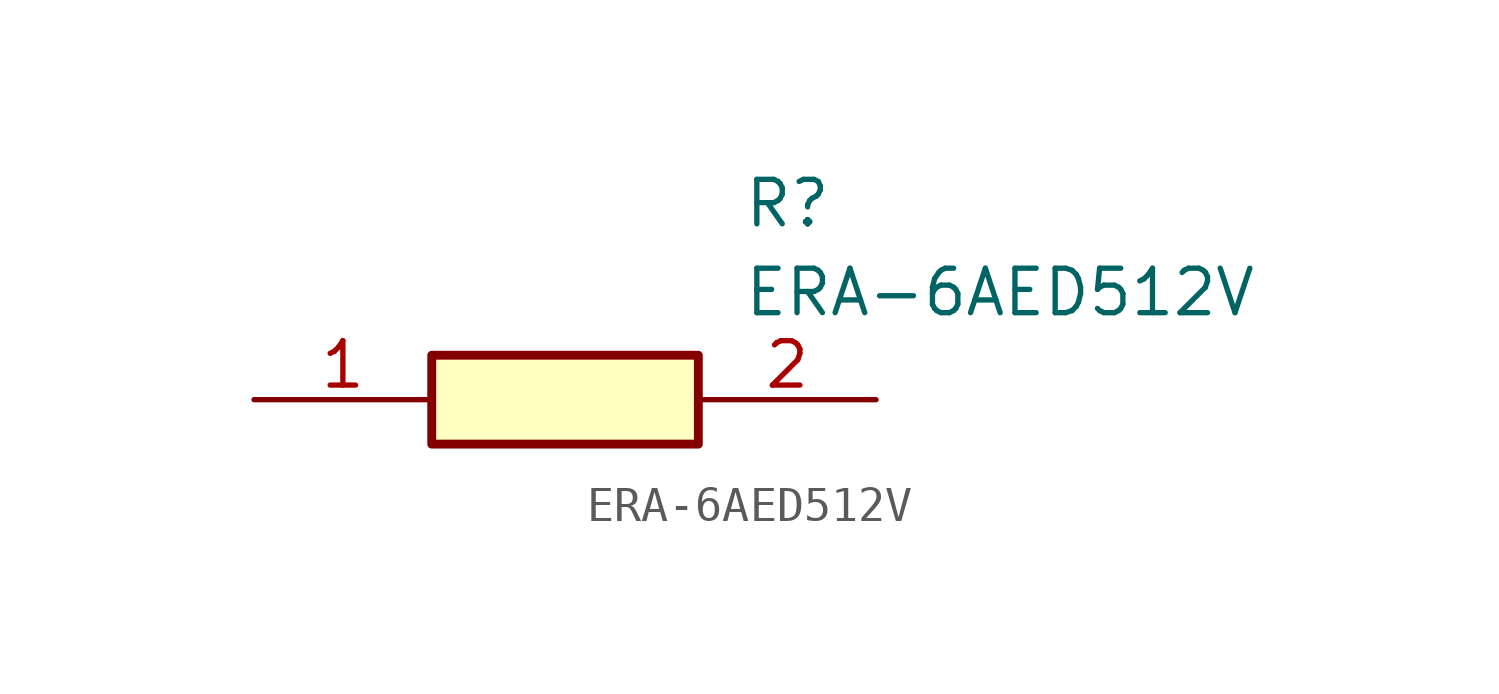
<source format=kicad_sym>
(kicad_symbol_lib
  (version 20211014)
  (generator SamacSys_ECAD_Model)
  (symbol "ERA-6AED512V"
    (pin_names hide)
    (property "Reference" "R"
      (at 13.97 6.35 0)
      (effects (font (size 1.27 1.27)) (justify left top)))
    (property "Value" "ERA-6AED512V"
      (at 13.97 3.81 0)
      (effects (font (size 1.27 1.27)) (justify left top)))
    (rectangle
      (start 5.08 1.27)
      (end 12.7 -1.27)
      (stroke (width 0.254) (type default))
      (fill (type background)))
    (pin passive line
      (at 0 0 0)
      (length 5.08)
      (name "1" (effects (font (size 1.27 1.27))))
      (number "1" (effects (font (size 1.27 1.27)))))
    (pin passive line
      (at 17.78 0 180)
      (length 5.08)
      (name "2" (effects (font (size 1.27 1.27))))
      (number "2" (effects (font (size 1.27 1.27)))))))
</source>
